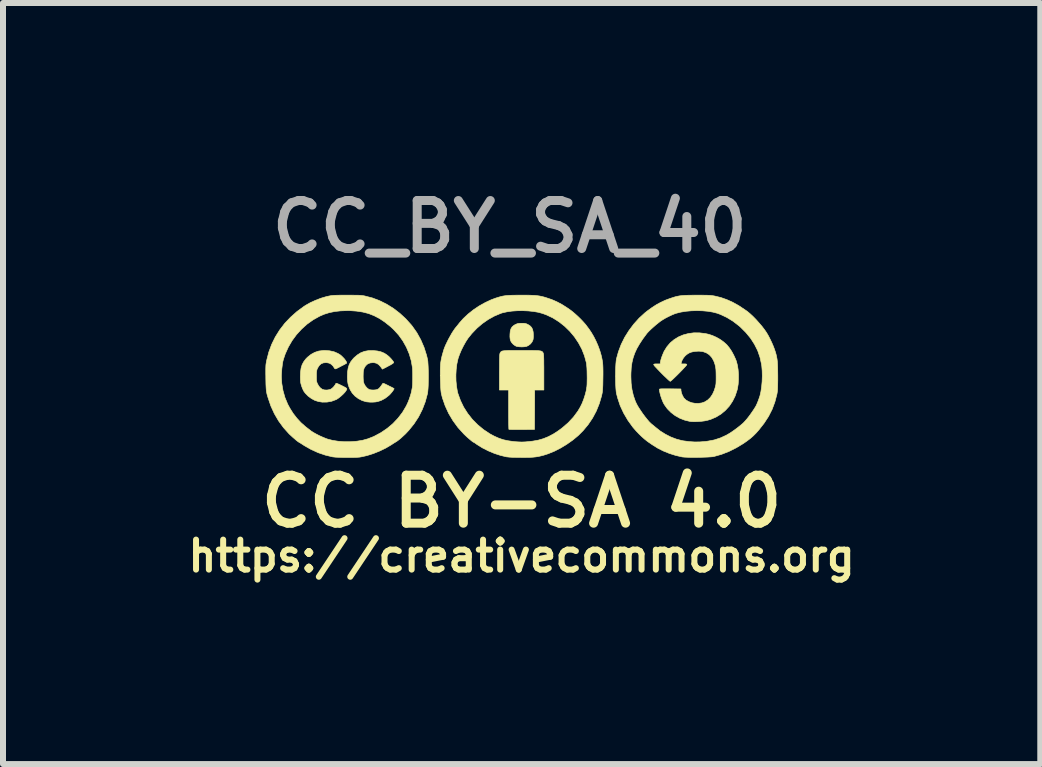
<source format=kicad_pcb>
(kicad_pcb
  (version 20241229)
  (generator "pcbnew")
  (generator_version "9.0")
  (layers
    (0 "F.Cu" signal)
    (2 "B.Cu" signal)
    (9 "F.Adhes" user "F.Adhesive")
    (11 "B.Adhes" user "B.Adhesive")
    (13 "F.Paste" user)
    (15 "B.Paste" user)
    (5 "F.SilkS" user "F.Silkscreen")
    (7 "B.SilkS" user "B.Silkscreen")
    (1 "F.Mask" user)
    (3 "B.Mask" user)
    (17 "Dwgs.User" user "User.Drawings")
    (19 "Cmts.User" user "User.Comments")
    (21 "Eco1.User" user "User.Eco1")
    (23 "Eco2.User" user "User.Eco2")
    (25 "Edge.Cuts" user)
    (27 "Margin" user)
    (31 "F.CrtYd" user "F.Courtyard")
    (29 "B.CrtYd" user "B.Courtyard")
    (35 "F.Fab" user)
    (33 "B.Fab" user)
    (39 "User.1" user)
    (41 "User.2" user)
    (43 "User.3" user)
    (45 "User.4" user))
  (footprint "CC_BY_SA_40"
    (layer "F.Cu")
    (at 5.689 3.151)
    (property "Reference" "CC_BY_SA_40" (at -0.24 -2.42 0) (layer "F.Fab") (effects (font (size 0.8 0.8) (thickness 0.15))))
    (attr through_hole)
    (fp_poly (pts (xy -0.008 -0.811) (xy 0.016 -0.808) (xy 0.036 -0.803) (xy 0.058 -0.793) (xy 0.065 -0.79) (xy 0.1 -0.767) (xy 0.125 -0.741) (xy 0.141 -0.708) (xy 0.151 -0.665) (xy 0.153 -0.631) (xy 0.154 -0.594) (xy 0.152 -0.559) (xy 0.148 -0.534) (xy 0.147 -0.532) (xy 0.132 -0.5) (xy 0.107 -0.468) (xy 0.075 -0.443) (xy 0.042 -0.426) (xy 0.036 -0.425) (xy 0.002 -0.419) (xy -0.039 -0.417) (xy -0.081 -0.419) (xy -0.117 -0.424) (xy -0.124 -0.425) (xy -0.148 -0.436) (xy -0.176 -0.456) (xy -0.187 -0.466) (xy -0.209 -0.491) (xy -0.224 -0.517) (xy -0.233 -0.547) (xy -0.237 -0.586) (xy -0.236 -0.631) (xy -0.231 -0.682) (xy -0.219 -0.721) (xy -0.2 -0.751) (xy -0.171 -0.776) (xy -0.147 -0.79) (xy -0.124 -0.8) (xy -0.104 -0.807) (xy -0.082 -0.81) (xy -0.052 -0.811) (xy -0.041 -0.811) (xy -0.008 -0.811)) (stroke (width 0.01) (type solid)) (fill yes) (layer "F.SilkS"))
    (fp_poly (pts (xy 0.037 -0.358) (xy 0.103 -0.358) (xy 0.156 -0.357) (xy 0.199 -0.356) (xy 0.233 -0.355) (xy 0.258 -0.352) (xy 0.277 -0.349) (xy 0.291 -0.344) (xy 0.301 -0.339) (xy 0.308 -0.331) (xy 0.314 -0.323) (xy 0.318 -0.315) (xy 0.32 -0.308) (xy 0.323 -0.297) (xy 0.325 -0.281) (xy 0.326 -0.259) (xy 0.327 -0.23) (xy 0.328 -0.191) (xy 0.328 -0.142) (xy 0.329 -0.082) (xy 0.329 -0.009) (xy 0.329 0.004) (xy 0.329 0.302) (xy 0.176 0.302) (xy 0.175 0.631) (xy 0.173 0.959) (xy -0.038 0.961) (xy -0.092 0.961) (xy -0.141 0.961) (xy -0.184 0.961) (xy -0.218 0.96) (xy -0.242 0.959) (xy -0.253 0.958) (xy -0.254 0.958) (xy -0.255 0.95) (xy -0.256 0.929) (xy -0.257 0.896) (xy -0.258 0.853) (xy -0.258 0.802) (xy -0.259 0.744) (xy -0.259 0.68) (xy -0.259 0.628) (xy -0.259 0.302) (xy -0.412 0.302) (xy -0.412 0.004) (xy -0.411 -0.071) (xy -0.411 -0.134) (xy -0.411 -0.184) (xy -0.41 -0.224) (xy -0.409 -0.255) (xy -0.408 -0.278) (xy -0.406 -0.295) (xy -0.404 -0.306) (xy -0.401 -0.314) (xy -0.401 -0.315) (xy -0.395 -0.325) (xy -0.389 -0.333) (xy -0.382 -0.34) (xy -0.371 -0.346) (xy -0.356 -0.35) (xy -0.335 -0.353) (xy -0.308 -0.355) (xy -0.272 -0.357) (xy -0.226 -0.358) (xy -0.17 -0.358) (xy -0.101 -0.358) (xy -0.041 -0.358) (xy 0.037 -0.358)) (stroke (width 0.01) (type solid)) (fill yes) (layer "F.SilkS"))
    (fp_poly (pts (xy -2.516 -0.356) (xy -2.447 -0.349) (xy -2.387 -0.335) (xy -2.334 -0.313) (xy -2.297 -0.29) (xy -2.272 -0.271) (xy -2.245 -0.247) (xy -2.22 -0.221) (xy -2.199 -0.196) (xy -2.183 -0.175) (xy -2.175 -0.159) (xy -2.175 -0.157) (xy -2.181 -0.148) (xy -2.197 -0.136) (xy -2.226 -0.118) (xy -2.268 -0.096) (xy -2.269 -0.095) (xy -2.363 -0.046) (xy -2.393 -0.087) (xy -2.425 -0.122) (xy -2.46 -0.144) (xy -2.501 -0.154) (xy -2.522 -0.155) (xy -2.571 -0.149) (xy -2.612 -0.131) (xy -2.644 -0.101) (xy -2.668 -0.061) (xy -2.679 -0.022) (xy -2.682 0.002) (xy -2.683 0.036) (xy -2.684 0.074) (xy -2.683 0.112) (xy -2.681 0.144) (xy -2.68 0.159) (xy -2.669 0.197) (xy -2.648 0.234) (xy -2.621 0.266) (xy -2.591 0.289) (xy -2.579 0.295) (xy -2.552 0.3) (xy -2.518 0.302) (xy -2.483 0.3) (xy -2.452 0.294) (xy -2.446 0.291) (xy -2.43 0.283) (xy -2.416 0.271) (xy -2.399 0.252) (xy -2.378 0.224) (xy -2.361 0.198) (xy -2.357 0.193) (xy -2.35 0.191) (xy -2.34 0.193) (xy -2.324 0.199) (xy -2.3 0.211) (xy -2.264 0.228) (xy -2.262 0.23) (xy -2.229 0.246) (xy -2.201 0.26) (xy -2.18 0.271) (xy -2.17 0.277) (xy -2.169 0.277) (xy -2.17 0.285) (xy -2.179 0.301) (xy -2.194 0.323) (xy -2.213 0.347) (xy -2.234 0.371) (xy -2.255 0.392) (xy -2.259 0.395) (xy -2.319 0.441) (xy -2.385 0.476) (xy -2.44 0.494) (xy -2.477 0.501) (xy -2.523 0.504) (xy -2.571 0.504) (xy -2.615 0.5) (xy -2.632 0.498) (xy -2.7 0.478) (xy -2.763 0.446) (xy -2.819 0.404) (xy -2.866 0.353) (xy -2.9 0.298) (xy -2.921 0.25) (xy -2.936 0.202) (xy -2.944 0.151) (xy -2.947 0.091) (xy -2.947 0.074) (xy -2.944 -0.001) (xy -2.934 -0.065) (xy -2.917 -0.12) (xy -2.89 -0.17) (xy -2.854 -0.216) (xy -2.834 -0.238) (xy -2.778 -0.285) (xy -2.722 -0.32) (xy -2.661 -0.343) (xy -2.594 -0.355) (xy -2.519 -0.356) (xy -2.516 -0.356)) (stroke (width 0.01) (type solid)) (fill yes) (layer "F.SilkS"))
    (fp_poly (pts (xy -3.243 -0.352) (xy -3.17 -0.336) (xy -3.105 -0.308) (xy -3.067 -0.285) (xy -3.042 -0.264) (xy -3.017 -0.239) (xy -2.994 -0.214) (xy -2.976 -0.189) (xy -2.963 -0.167) (xy -2.958 -0.151) (xy -2.96 -0.145) (xy -2.967 -0.141) (xy -2.984 -0.131) (xy -3.01 -0.117) (xy -3.042 -0.101) (xy -3.056 -0.093) (xy -3.093 -0.074) (xy -3.119 -0.061) (xy -3.136 -0.053) (xy -3.147 -0.051) (xy -3.154 -0.052) (xy -3.158 -0.056) (xy -3.158 -0.056) (xy -3.187 -0.099) (xy -3.217 -0.128) (xy -3.25 -0.146) (xy -3.289 -0.154) (xy -3.306 -0.155) (xy -3.35 -0.15) (xy -3.387 -0.134) (xy -3.417 -0.106) (xy -3.443 -0.065) (xy -3.446 -0.057) (xy -3.454 -0.04) (xy -3.458 -0.022) (xy -3.461 -0.002) (xy -3.463 0.026) (xy -3.463 0.064) (xy -3.463 0.07) (xy -3.463 0.11) (xy -3.462 0.139) (xy -3.459 0.16) (xy -3.454 0.178) (xy -3.447 0.195) (xy -3.446 0.197) (xy -3.424 0.236) (xy -3.396 0.268) (xy -3.365 0.29) (xy -3.36 0.292) (xy -3.326 0.301) (xy -3.286 0.302) (xy -3.246 0.296) (xy -3.22 0.286) (xy -3.197 0.269) (xy -3.172 0.244) (xy -3.151 0.216) (xy -3.138 0.192) (xy -3.132 0.19) (xy -3.115 0.194) (xy -3.088 0.206) (xy -3.056 0.221) (xy -3.016 0.241) (xy -2.987 0.256) (xy -2.969 0.267) (xy -2.959 0.276) (xy -2.956 0.284) (xy -2.958 0.294) (xy -2.965 0.306) (xy -2.969 0.312) (xy -2.989 0.34) (xy -3.019 0.372) (xy -3.054 0.404) (xy -3.09 0.433) (xy -3.124 0.456) (xy -3.136 0.462) (xy -3.209 0.489) (xy -3.286 0.503) (xy -3.365 0.504) (xy -3.429 0.494) (xy -3.489 0.475) (xy -3.548 0.443) (xy -3.603 0.402) (xy -3.649 0.355) (xy -3.672 0.324) (xy -3.684 0.301) (xy -3.698 0.27) (xy -3.71 0.237) (xy -3.711 0.233) (xy -3.719 0.207) (xy -3.725 0.183) (xy -3.728 0.159) (xy -3.73 0.128) (xy -3.731 0.089) (xy -3.731 0.077) (xy -3.728 0.002) (xy -3.719 -0.063) (xy -3.702 -0.119) (xy -3.676 -0.168) (xy -3.642 -0.214) (xy -3.613 -0.244) (xy -3.553 -0.292) (xy -3.491 -0.326) (xy -3.424 -0.348) (xy -3.35 -0.357) (xy -3.323 -0.358) (xy -3.243 -0.352)) (stroke (width 0.01) (type solid)) (fill yes) (layer "F.SilkS"))
    (fp_poly (pts (xy 2.926 -0.651) (xy 3.024 -0.639) (xy 3.078 -0.627) (xy 3.141 -0.606) (xy 3.206 -0.577) (xy 3.269 -0.541) (xy 3.326 -0.5) (xy 3.374 -0.458) (xy 3.385 -0.446) (xy 3.423 -0.399) (xy 3.461 -0.342) (xy 3.495 -0.279) (xy 3.524 -0.216) (xy 3.539 -0.178) (xy 3.556 -0.112) (xy 3.568 -0.037) (xy 3.574 0.043) (xy 3.574 0.125) (xy 3.569 0.205) (xy 3.557 0.278) (xy 3.551 0.303) (xy 3.519 0.4) (xy 3.475 0.489) (xy 3.421 0.57) (xy 3.356 0.641) (xy 3.283 0.702) (xy 3.201 0.752) (xy 3.111 0.791) (xy 3.056 0.807) (xy 3.008 0.817) (xy 2.952 0.824) (xy 2.894 0.828) (xy 2.838 0.83) (xy 2.788 0.828) (xy 2.763 0.825) (xy 2.677 0.804) (xy 2.595 0.772) (xy 2.518 0.729) (xy 2.449 0.676) (xy 2.388 0.615) (xy 2.339 0.547) (xy 2.32 0.513) (xy 2.306 0.48) (xy 2.291 0.441) (xy 2.277 0.399) (xy 2.266 0.358) (xy 2.258 0.321) (xy 2.255 0.294) (xy 2.255 0.291) (xy 2.256 0.287) (xy 2.263 0.285) (xy 2.276 0.283) (xy 2.296 0.282) (xy 2.326 0.282) (xy 2.367 0.282) (xy 2.42 0.282) (xy 2.434 0.282) (xy 2.614 0.284) (xy 2.615 0.308) (xy 2.622 0.346) (xy 2.637 0.387) (xy 2.658 0.426) (xy 2.664 0.435) (xy 2.699 0.469) (xy 2.744 0.495) (xy 2.795 0.514) (xy 2.851 0.524) (xy 2.908 0.525) (xy 2.963 0.517) (xy 3.013 0.499) (xy 3.063 0.467) (xy 3.105 0.426) (xy 3.141 0.373) (xy 3.17 0.309) (xy 3.185 0.261) (xy 3.191 0.238) (xy 3.196 0.216) (xy 3.199 0.192) (xy 3.2 0.163) (xy 3.201 0.126) (xy 3.201 0.078) (xy 3.201 0.077) (xy 3.2 0.014) (xy 3.198 -0.039) (xy 3.192 -0.083) (xy 3.183 -0.122) (xy 3.171 -0.158) (xy 3.158 -0.191) (xy 3.126 -0.245) (xy 3.085 -0.288) (xy 3.036 -0.319) (xy 2.979 -0.339) (xy 2.915 -0.346) (xy 2.861 -0.343) (xy 2.818 -0.337) (xy 2.785 -0.329) (xy 2.756 -0.318) (xy 2.73 -0.304) (xy 2.69 -0.273) (xy 2.656 -0.233) (xy 2.631 -0.188) (xy 2.621 -0.157) (xy 2.616 -0.133) (xy 2.664 -0.133) (xy 2.69 -0.133) (xy 2.705 -0.13) (xy 2.711 -0.126) (xy 2.712 -0.12) (xy 2.707 -0.112) (xy 2.693 -0.095) (xy 2.672 -0.072) (xy 2.645 -0.043) (xy 2.615 -0.012) (xy 2.583 0.021) (xy 2.55 0.054) (xy 2.518 0.085) (xy 2.489 0.113) (xy 2.465 0.135) (xy 2.447 0.15) (xy 2.437 0.157) (xy 2.436 0.157) (xy 2.428 0.152) (xy 2.411 0.138) (xy 2.388 0.117) (xy 2.36 0.09) (xy 2.328 0.06) (xy 2.295 0.027) (xy 2.263 -0.006) (xy 2.232 -0.038) (xy 2.205 -0.067) (xy 2.182 -0.091) (xy 2.167 -0.11) (xy 2.161 -0.12) (xy 2.16 -0.121) (xy 2.162 -0.127) (xy 2.17 -0.131) (xy 2.186 -0.133) (xy 2.214 -0.133) (xy 2.268 -0.133) (xy 2.272 -0.166) (xy 2.281 -0.205) (xy 2.296 -0.252) (xy 2.315 -0.3) (xy 2.334 -0.344) (xy 2.38 -0.418) (xy 2.435 -0.483) (xy 2.5 -0.538) (xy 2.573 -0.583) (xy 2.653 -0.617) (xy 2.74 -0.64) (xy 2.831 -0.652) (xy 2.926 -0.651)) (stroke (width 0.01) (type solid)) (fill yes) (layer "F.SilkS"))
    (fp_poly (pts (xy -2.89 -1.28) (xy -2.836 -1.279) (xy -2.793 -1.279) (xy -2.758 -1.278) (xy -2.729 -1.276) (xy -2.704 -1.274) (xy -2.682 -1.271) (xy -2.66 -1.267) (xy -2.652 -1.265) (xy -2.529 -1.233) (xy -2.409 -1.187) (xy -2.292 -1.129) (xy -2.179 -1.059) (xy -2.073 -0.977) (xy -1.974 -0.886) (xy -1.883 -0.785) (xy -1.864 -0.761) (xy -1.788 -0.653) (xy -1.723 -0.535) (xy -1.669 -0.41) (xy -1.627 -0.278) (xy -1.611 -0.211) (xy -1.606 -0.18) (xy -1.603 -0.138) (xy -1.6 -0.086) (xy -1.598 -0.027) (xy -1.597 0.036) (xy -1.597 0.1) (xy -1.598 0.163) (xy -1.599 0.223) (xy -1.602 0.277) (xy -1.606 0.322) (xy -1.61 0.355) (xy -1.611 0.36) (xy -1.648 0.497) (xy -1.698 0.627) (xy -1.76 0.75) (xy -1.835 0.865) (xy -1.922 0.973) (xy -1.977 1.032) (xy -2.018 1.07) (xy -2.057 1.106) (xy -2.094 1.136) (xy -2.125 1.159) (xy -2.141 1.168) (xy -2.153 1.176) (xy -2.175 1.189) (xy -2.202 1.207) (xy -2.222 1.22) (xy -2.311 1.272) (xy -2.409 1.319) (xy -2.513 1.361) (xy -2.617 1.394) (xy -2.695 1.412) (xy -2.72 1.417) (xy -2.744 1.421) (xy -2.77 1.423) (xy -2.8 1.425) (xy -2.837 1.426) (xy -2.882 1.426) (xy -2.939 1.426) (xy -2.956 1.426) (xy -3.029 1.426) (xy -3.091 1.424) (xy -3.141 1.422) (xy -3.179 1.418) (xy -3.196 1.416) (xy -3.316 1.387) (xy -3.436 1.346) (xy -3.554 1.292) (xy -3.666 1.229) (xy -3.683 1.217) (xy -3.71 1.2) (xy -3.733 1.185) (xy -3.749 1.176) (xy -3.754 1.173) (xy -3.763 1.168) (xy -3.779 1.156) (xy -3.802 1.138) (xy -3.828 1.115) (xy -3.856 1.091) (xy -3.883 1.066) (xy -3.907 1.044) (xy -3.918 1.034) (xy -4.012 0.929) (xy -4.094 0.817) (xy -4.164 0.697) (xy -4.223 0.568) (xy -4.27 0.43) (xy -4.288 0.368) (xy -4.292 0.348) (xy -4.296 0.328) (xy -4.299 0.305) (xy -4.301 0.279) (xy -4.303 0.246) (xy -4.305 0.205) (xy -4.306 0.153) (xy -4.307 0.099) (xy -4.307 0.069) (xy -4.048 0.069) (xy -4.041 0.19) (xy -4.021 0.31) (xy -3.988 0.427) (xy -3.942 0.538) (xy -3.907 0.603) (xy -3.852 0.691) (xy -3.791 0.77) (xy -3.723 0.844) (xy -3.644 0.914) (xy -3.553 0.984) (xy -3.548 0.988) (xy -3.51 1.012) (xy -3.463 1.038) (xy -3.41 1.065) (xy -3.356 1.089) (xy -3.305 1.11) (xy -3.274 1.121) (xy -3.192 1.142) (xy -3.101 1.156) (xy -3.003 1.164) (xy -2.903 1.164) (xy -2.805 1.157) (xy -2.78 1.154) (xy -2.69 1.139) (xy -2.607 1.116) (xy -2.525 1.084) (xy -2.498 1.072) (xy -2.386 1.012) (xy -2.282 0.941) (xy -2.187 0.861) (xy -2.103 0.772) (xy -2.029 0.676) (xy -1.968 0.573) (xy -1.954 0.545) (xy -1.934 0.501) (xy -1.915 0.452) (xy -1.898 0.401) (xy -1.884 0.354) (xy -1.875 0.315) (xy -1.874 0.309) (xy -1.87 0.286) (xy -1.866 0.267) (xy -1.865 0.262) (xy -1.863 0.242) (xy -1.86 0.21) (xy -1.859 0.17) (xy -1.858 0.125) (xy -1.858 0.077) (xy -1.858 0.03) (xy -1.859 -0.013) (xy -1.861 -0.049) (xy -1.862 -0.068) (xy -1.882 -0.186) (xy -1.916 -0.301) (xy -1.963 -0.412) (xy -2.022 -0.517) (xy -2.093 -0.616) (xy -2.176 -0.707) (xy -2.229 -0.756) (xy -2.32 -0.829) (xy -2.409 -0.889) (xy -2.499 -0.936) (xy -2.592 -0.973) (xy -2.69 -0.998) (xy -2.795 -1.014) (xy -2.909 -1.022) (xy -2.952 -1.022) (xy -3.06 -1.018) (xy -3.159 -1.007) (xy -3.25 -0.988) (xy -3.336 -0.961) (xy -3.412 -0.928) (xy -3.519 -0.868) (xy -3.62 -0.796) (xy -3.712 -0.713) (xy -3.796 -0.621) (xy -3.87 -0.52) (xy -3.932 -0.413) (xy -3.983 -0.3) (xy -4.012 -0.214) (xy -4.018 -0.192) (xy -4.023 -0.174) (xy -4.026 -0.154) (xy -4.03 -0.131) (xy -4.034 -0.1) (xy -4.039 -0.059) (xy -4.04 -0.054) (xy -4.048 0.069) (xy -4.307 0.069) (xy -4.308 0.038) (xy -4.308 -0.01) (xy -4.308 -0.049) (xy -4.307 -0.08) (xy -4.306 -0.106) (xy -4.304 -0.129) (xy -4.3 -0.152) (xy -4.296 -0.176) (xy -4.291 -0.199) (xy -4.257 -0.331) (xy -4.209 -0.46) (xy -4.149 -0.582) (xy -4.076 -0.699) (xy -3.991 -0.81) (xy -3.894 -0.912) (xy -3.787 -1.007) (xy -3.67 -1.093) (xy -3.64 -1.112) (xy -3.564 -1.155) (xy -3.478 -1.194) (xy -3.387 -1.229) (xy -3.296 -1.256) (xy -3.255 -1.265) (xy -3.234 -1.269) (xy -3.213 -1.273) (xy -3.19 -1.275) (xy -3.162 -1.277) (xy -3.129 -1.278) (xy -3.087 -1.279) (xy -3.035 -1.28) (xy -2.971 -1.28) (xy -2.956 -1.28) (xy -2.89 -1.28)) (stroke (width 0.01) (type solid)) (fill yes) (layer "F.SilkS"))
    (fp_poly (pts (xy 0.026 -1.28) (xy 0.088 -1.279) (xy 0.139 -1.277) (xy 0.183 -1.275) (xy 0.22 -1.271) (xy 0.255 -1.266) (xy 0.288 -1.259) (xy 0.323 -1.251) (xy 0.36 -1.24) (xy 0.375 -1.235) (xy 0.461 -1.206) (xy 0.544 -1.17) (xy 0.626 -1.127) (xy 0.71 -1.074) (xy 0.775 -1.029) (xy 0.812 -1) (xy 0.854 -0.964) (xy 0.898 -0.924) (xy 0.941 -0.882) (xy 0.98 -0.841) (xy 1.013 -0.804) (xy 1.029 -0.785) (xy 1.049 -0.758) (xy 1.071 -0.729) (xy 1.08 -0.717) (xy 1.12 -0.658) (xy 1.16 -0.59) (xy 1.198 -0.515) (xy 1.232 -0.437) (xy 1.26 -0.361) (xy 1.275 -0.312) (xy 1.287 -0.268) (xy 1.296 -0.228) (xy 1.303 -0.191) (xy 1.309 -0.154) (xy 1.312 -0.114) (xy 1.314 -0.069) (xy 1.315 -0.016) (xy 1.315 0.046) (xy 1.314 0.11) (xy 1.313 0.172) (xy 1.312 0.222) (xy 1.31 0.262) (xy 1.308 0.294) (xy 1.306 0.32) (xy 1.303 0.342) (xy 1.299 0.364) (xy 1.294 0.386) (xy 1.292 0.397) (xy 1.253 0.529) (xy 1.203 0.653) (xy 1.141 0.769) (xy 1.067 0.879) (xy 0.982 0.981) (xy 0.904 1.059) (xy 0.814 1.134) (xy 0.715 1.204) (xy 0.612 1.267) (xy 0.507 1.321) (xy 0.402 1.364) (xy 0.378 1.372) (xy 0.328 1.388) (xy 0.282 1.4) (xy 0.238 1.41) (xy 0.194 1.417) (xy 0.146 1.422) (xy 0.092 1.425) (xy 0.029 1.426) (xy -0.046 1.426) (xy -0.047 1.426) (xy -0.128 1.425) (xy -0.195 1.424) (xy -0.247 1.421) (xy -0.284 1.417) (xy -0.295 1.416) (xy -0.394 1.392) (xy -0.496 1.359) (xy -0.598 1.316) (xy -0.695 1.267) (xy -0.784 1.212) (xy -0.804 1.197) (xy -0.823 1.184) (xy -0.838 1.175) (xy -0.843 1.173) (xy -0.852 1.168) (xy -0.869 1.156) (xy -0.892 1.137) (xy -0.919 1.114) (xy -0.948 1.089) (xy -0.976 1.063) (xy -1.001 1.039) (xy -1.007 1.033) (xy -1.103 0.927) (xy -1.187 0.812) (xy -1.259 0.691) (xy -1.317 0.564) (xy -1.363 0.432) (xy -1.381 0.36) (xy -1.385 0.334) (xy -1.389 0.296) (xy -1.392 0.249) (xy -1.394 0.194) (xy -1.396 0.136) (xy -1.398 0.076) (xy -1.398 0.056) (xy -1.138 0.056) (xy -1.136 0.15) (xy -1.127 0.241) (xy -1.113 0.325) (xy -1.104 0.36) (xy -1.062 0.476) (xy -1.008 0.588) (xy -0.941 0.693) (xy -0.863 0.792) (xy -0.775 0.881) (xy -0.677 0.962) (xy -0.57 1.033) (xy -0.499 1.071) (xy -0.423 1.105) (xy -0.35 1.13) (xy -0.272 1.147) (xy -0.226 1.154) (xy -0.157 1.163) (xy -0.097 1.167) (xy -0.04 1.169) (xy 0.018 1.167) (xy 0.081 1.161) (xy 0.144 1.154) (xy 0.235 1.138) (xy 0.321 1.113) (xy 0.405 1.079) (xy 0.488 1.035) (xy 0.574 0.979) (xy 0.637 0.932) (xy 0.735 0.847) (xy 0.822 0.754) (xy 0.896 0.654) (xy 0.937 0.585) (xy 0.967 0.524) (xy 0.994 0.455) (xy 1.017 0.383) (xy 1.035 0.314) (xy 1.045 0.25) (xy 1.046 0.248) (xy 1.049 0.207) (xy 1.05 0.158) (xy 1.051 0.103) (xy 1.05 0.046) (xy 1.049 -0.01) (xy 1.047 -0.063) (xy 1.043 -0.108) (xy 1.039 -0.144) (xy 1.037 -0.155) (xy 1.006 -0.269) (xy 0.963 -0.379) (xy 0.906 -0.485) (xy 0.839 -0.585) (xy 0.762 -0.677) (xy 0.676 -0.761) (xy 0.582 -0.835) (xy 0.481 -0.899) (xy 0.374 -0.95) (xy 0.309 -0.974) (xy 0.237 -0.994) (xy 0.156 -1.008) (xy 0.068 -1.017) (xy -0.023 -1.021) (xy -0.115 -1.02) (xy -0.203 -1.014) (xy -0.286 -1.002) (xy -0.359 -0.986) (xy -0.39 -0.976) (xy -0.495 -0.932) (xy -0.598 -0.875) (xy -0.697 -0.806) (xy -0.789 -0.727) (xy -0.873 -0.639) (xy -0.935 -0.562) (xy -0.974 -0.502) (xy -1.012 -0.434) (xy -1.048 -0.362) (xy -1.078 -0.29) (xy -1.101 -0.224) (xy -1.104 -0.212) (xy -1.122 -0.13) (xy -1.133 -0.039) (xy -1.138 0.056) (xy -1.398 0.056) (xy -1.398 0.017) (xy -1.398 -0.038) (xy -1.396 -0.087) (xy -1.394 -0.127) (xy -1.391 -0.155) (xy -1.382 -0.208) (xy -1.369 -0.266) (xy -1.353 -0.323) (xy -1.338 -0.374) (xy -1.33 -0.396) (xy -1.312 -0.441) (xy -1.288 -0.491) (xy -1.262 -0.544) (xy -1.233 -0.596) (xy -1.205 -0.646) (xy -1.177 -0.689) (xy -1.153 -0.724) (xy -1.14 -0.74) (xy -1.13 -0.752) (xy -1.113 -0.773) (xy -1.093 -0.798) (xy -1.08 -0.815) (xy -1.013 -0.891) (xy -0.934 -0.965) (xy -0.846 -1.035) (xy -0.751 -1.099) (xy -0.651 -1.155) (xy -0.551 -1.202) (xy -0.479 -1.229) (xy -0.438 -1.242) (xy -0.401 -1.253) (xy -0.366 -1.262) (xy -0.332 -1.268) (xy -0.295 -1.273) (xy -0.253 -1.276) (xy -0.205 -1.278) (xy -0.147 -1.279) (xy -0.078 -1.28) (xy -0.048 -1.28) (xy 0.026 -1.28)) (stroke (width 0.01) (type solid)) (fill yes) (layer "F.SilkS"))
    (fp_poly (pts (xy 2.945 -1.28) (xy 2.998 -1.279) (xy 3.041 -1.279) (xy 3.075 -1.277) (xy 3.104 -1.276) (xy 3.128 -1.273) (xy 3.151 -1.27) (xy 3.173 -1.266) (xy 3.179 -1.265) (xy 3.281 -1.24) (xy 3.38 -1.205) (xy 3.478 -1.161) (xy 3.577 -1.106) (xy 3.679 -1.038) (xy 3.721 -1.009) (xy 3.764 -0.973) (xy 3.813 -0.928) (xy 3.864 -0.876) (xy 3.915 -0.819) (xy 3.964 -0.762) (xy 4.007 -0.706) (xy 4.042 -0.655) (xy 4.049 -0.643) (xy 4.074 -0.6) (xy 4.1 -0.549) (xy 4.127 -0.493) (xy 4.151 -0.438) (xy 4.17 -0.389) (xy 4.177 -0.369) (xy 4.191 -0.327) (xy 4.202 -0.288) (xy 4.21 -0.252) (xy 4.217 -0.214) (xy 4.222 -0.174) (xy 4.225 -0.128) (xy 4.227 -0.075) (xy 4.228 -0.013) (xy 4.229 0.062) (xy 4.229 0.074) (xy 4.229 0.14) (xy 4.228 0.194) (xy 4.227 0.238) (xy 4.226 0.273) (xy 4.225 0.301) (xy 4.222 0.326) (xy 4.219 0.348) (xy 4.215 0.37) (xy 4.214 0.375) (xy 4.181 0.501) (xy 4.135 0.624) (xy 4.075 0.742) (xy 4 0.857) (xy 3.913 0.968) (xy 3.866 1.021) (xy 3.82 1.067) (xy 3.772 1.109) (xy 3.718 1.15) (xy 3.655 1.194) (xy 3.537 1.265) (xy 3.415 1.326) (xy 3.292 1.374) (xy 3.169 1.409) (xy 3.143 1.414) (xy 3.105 1.417) (xy 3.058 1.42) (xy 3.003 1.422) (xy 2.945 1.424) (xy 2.884 1.425) (xy 2.824 1.425) (xy 2.767 1.425) (xy 2.715 1.423) (xy 2.672 1.421) (xy 2.639 1.418) (xy 2.628 1.416) (xy 2.525 1.392) (xy 2.421 1.359) (xy 2.32 1.318) (xy 2.227 1.271) (xy 2.147 1.221) (xy 2.121 1.204) (xy 2.1 1.189) (xy 2.085 1.179) (xy 2.082 1.177) (xy 2.046 1.151) (xy 2.004 1.117) (xy 1.958 1.076) (xy 1.912 1.031) (xy 1.867 0.984) (xy 1.826 0.937) (xy 1.814 0.923) (xy 1.73 0.807) (xy 1.659 0.686) (xy 1.601 0.561) (xy 1.558 0.431) (xy 1.538 0.353) (xy 1.534 0.322) (xy 1.53 0.278) (xy 1.527 0.226) (xy 1.525 0.167) (xy 1.524 0.103) (xy 1.524 0.07) (xy 1.78 0.07) (xy 1.784 0.187) (xy 1.798 0.294) (xy 1.821 0.393) (xy 1.853 0.486) (xy 1.866 0.515) (xy 1.886 0.555) (xy 1.913 0.6) (xy 1.945 0.648) (xy 1.979 0.698) (xy 2.015 0.746) (xy 2.05 0.79) (xy 2.083 0.829) (xy 2.112 0.858) (xy 2.129 0.873) (xy 2.15 0.889) (xy 2.175 0.91) (xy 2.193 0.925) (xy 2.27 0.986) (xy 2.355 1.039) (xy 2.445 1.085) (xy 2.537 1.12) (xy 2.627 1.144) (xy 2.654 1.149) (xy 2.752 1.162) (xy 2.843 1.168) (xy 2.932 1.167) (xy 3.027 1.159) (xy 3.064 1.154) (xy 3.17 1.134) (xy 3.272 1.101) (xy 3.37 1.056) (xy 3.432 1.02) (xy 3.471 0.994) (xy 3.516 0.962) (xy 3.564 0.926) (xy 3.609 0.89) (xy 3.648 0.857) (xy 3.651 0.854) (xy 3.68 0.824) (xy 3.715 0.784) (xy 3.752 0.737) (xy 3.79 0.684) (xy 3.827 0.63) (xy 3.86 0.578) (xy 3.871 0.557) (xy 3.885 0.526) (xy 3.9 0.489) (xy 3.914 0.451) (xy 3.926 0.416) (xy 3.932 0.398) (xy 3.948 0.327) (xy 3.96 0.246) (xy 3.968 0.159) (xy 3.971 0.069) (xy 3.969 -0.019) (xy 3.962 -0.102) (xy 3.957 -0.132) (xy 3.932 -0.245) (xy 3.894 -0.355) (xy 3.841 -0.46) (xy 3.776 -0.561) (xy 3.697 -0.657) (xy 3.607 -0.747) (xy 3.583 -0.768) (xy 3.483 -0.845) (xy 3.38 -0.908) (xy 3.274 -0.958) (xy 3.22 -0.978) (xy 3.147 -0.997) (xy 3.064 -1.011) (xy 2.974 -1.019) (xy 2.881 -1.022) (xy 2.788 -1.019) (xy 2.697 -1.011) (xy 2.612 -0.997) (xy 2.537 -0.978) (xy 2.515 -0.971) (xy 2.466 -0.951) (xy 2.413 -0.926) (xy 2.36 -0.899) (xy 2.311 -0.87) (xy 2.274 -0.846) (xy 2.237 -0.817) (xy 2.197 -0.785) (xy 2.157 -0.75) (xy 2.118 -0.715) (xy 2.084 -0.682) (xy 2.057 -0.654) (xy 2.043 -0.637) (xy 1.977 -0.548) (xy 1.923 -0.465) (xy 1.878 -0.387) (xy 1.843 -0.31) (xy 1.817 -0.234) (xy 1.798 -0.155) (xy 1.786 -0.071) (xy 1.781 0.019) (xy 1.78 0.07) (xy 1.524 0.07) (xy 1.524 0.039) (xy 1.525 -0.024) (xy 1.527 -0.084) (xy 1.53 -0.137) (xy 1.534 -0.18) (xy 1.538 -0.212) (xy 1.538 -0.213) (xy 1.572 -0.336) (xy 1.618 -0.458) (xy 1.677 -0.577) (xy 1.748 -0.69) (xy 1.828 -0.797) (xy 1.917 -0.896) (xy 2.013 -0.984) (xy 2.052 -1.015) (xy 2.132 -1.073) (xy 2.206 -1.121) (xy 2.28 -1.161) (xy 2.356 -1.196) (xy 2.437 -1.226) (xy 2.48 -1.24) (xy 2.518 -1.252) (xy 2.555 -1.261) (xy 2.592 -1.268) (xy 2.633 -1.273) (xy 2.678 -1.276) (xy 2.731 -1.278) (xy 2.793 -1.279) (xy 2.867 -1.28) (xy 2.879 -1.28) (xy 2.945 -1.28)) (stroke (width 0.01) (type solid)) (fill yes) (layer "F.SilkS"))
    (fp_text user "CC BY-SA 4.0" (at -0.042 2.16 0) (layer "F.SilkS") (effects (font (size 0.8 0.8) (thickness 0.15))))
    (fp_text user "https://creativecommons.org" (at -0.042 3.07 0) (layer "F.SilkS") (effects (font (size 0.5 0.5) (thickness 0.1)))))
  (gr_rect
    (start -3 -3)
    (end 14.295 9.689)
    (stroke (width 0.1) (type default))
    (fill no)
    (layer "Edge.Cuts")))
</source>
